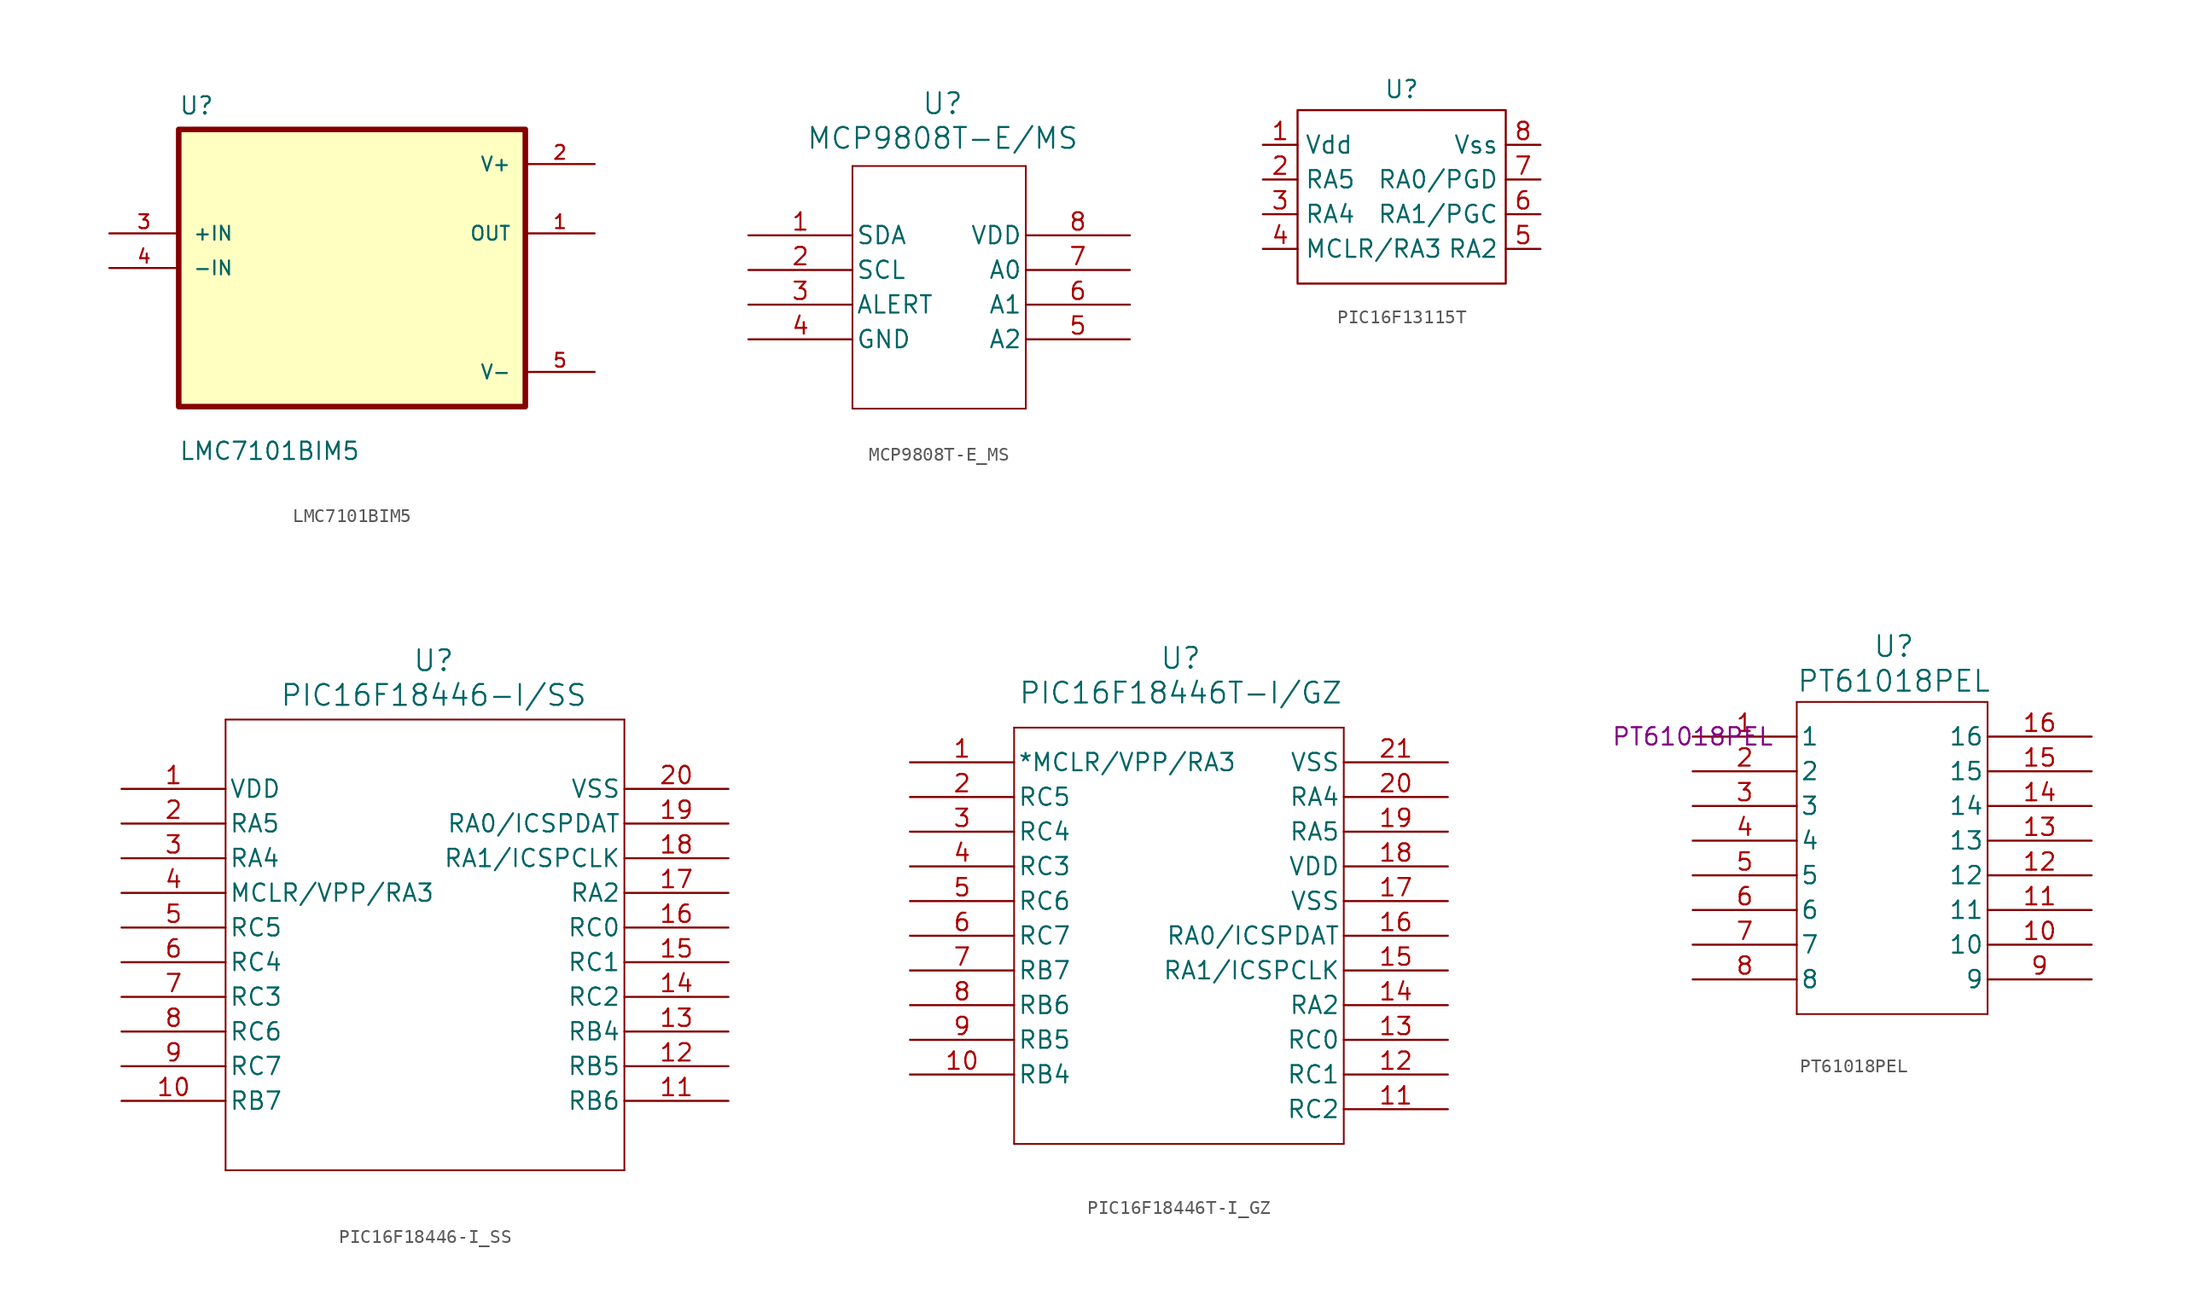
<source format=kicad_sym>
(kicad_symbol_lib
  (version 20241209)
  (generator "kicad_symbol_editor")
  (generator_version "9.0")
  (symbol "LMC7101BIM5"
    (pin_names
      (offset 1.016))
    (property "Reference" "U"
      (at -12.7 11.16 0)
      (effects (font (size 1.27 1.27)) (justify left bottom)))
    (property "Value" "LMC7101BIM5"
      (at -12.7 -14.16 0)
      (effects (font (size 1.27 1.27)) (justify left bottom)))
    (symbol "LMC7101BIM5_0_0"
      (rectangle (start -12.7 10.16) (end 12.7 -10.16) (stroke (width 0.41) (type default)) (fill (type background)))
      (pin input line (at -17.78 2.54 0) (length 5.08) (name "+IN" (effects (font (size 1.016 1.016)))) (number "3" (effects (font (size 1.016 1.016)))))
      (pin input line (at -17.78 0 0) (length 5.08) (name "-IN" (effects (font (size 1.016 1.016)))) (number "4" (effects (font (size 1.016 1.016)))))
      (pin power_in line (at 17.78 7.62 180) (length 5.08) (name "V+" (effects (font (size 1.016 1.016)))) (number "2" (effects (font (size 1.016 1.016)))))
      (pin output line (at 17.78 2.54 180) (length 5.08) (name "OUT" (effects (font (size 1.016 1.016)))) (number "1" (effects (font (size 1.016 1.016)))))
      (pin power_in line (at 17.78 -7.62 180) (length 5.08) (name "V-" (effects (font (size 1.016 1.016)))) (number "5" (effects (font (size 1.016 1.016)))))))
  (symbol "MCP9808T-E_MS"
    (pin_names
      (offset 0.254))
    (property "Reference" "U"
      (at 0.254 13.462 0)
      (effects (font (size 1.524 1.524))))
    (property "Value" "MCP9808T-E/MS"
      (at 0.254 10.922 0)
      (effects (font (size 1.524 1.524))))
    (symbol "MCP9808T-E_MS_1_1"
      (polyline (pts (xy -6.35 8.89) (xy -6.35 -8.89)) (stroke (width 0.127) (type default)) (fill (type none)))
      (polyline (pts (xy -6.35 -8.89) (xy 6.35 -8.89)) (stroke (width 0.127) (type default)) (fill (type none)))
      (polyline (pts (xy 6.35 8.89) (xy -6.35 8.89)) (stroke (width 0.127) (type default)) (fill (type none)))
      (polyline (pts (xy 6.35 -8.89) (xy 6.35 8.89)) (stroke (width 0.127) (type default)) (fill (type none)))
      (pin unspecified line (at -13.97 3.81 0) (length 7.62) (name "SDA" (effects (font (size 1.27 1.27)))) (number "1" (effects (font (size 1.27 1.27)))))
      (pin unspecified line (at -13.97 1.27 0) (length 7.62) (name "SCL" (effects (font (size 1.27 1.27)))) (number "2" (effects (font (size 1.27 1.27)))))
      (pin output line (at -13.97 -1.27 0) (length 7.62) (name "ALERT" (effects (font (size 1.27 1.27)))) (number "3" (effects (font (size 1.27 1.27)))))
      (pin power_in line (at -13.97 -3.81 0) (length 7.62) (name "GND" (effects (font (size 1.27 1.27)))) (number "4" (effects (font (size 1.27 1.27)))))
      (pin power_in line (at 13.97 3.81 180) (length 7.62) (name "VDD" (effects (font (size 1.27 1.27)))) (number "8" (effects (font (size 1.27 1.27)))))
      (pin unspecified line (at 13.97 1.27 180) (length 7.62) (name "A0" (effects (font (size 1.27 1.27)))) (number "7" (effects (font (size 1.27 1.27)))))
      (pin unspecified line (at 13.97 -1.27 180) (length 7.62) (name "A1" (effects (font (size 1.27 1.27)))) (number "6" (effects (font (size 1.27 1.27)))))
      (pin unspecified line (at 13.97 -3.81 180) (length 7.62) (name "A2" (effects (font (size 1.27 1.27)))) (number "5" (effects (font (size 1.27 1.27)))))))
  (symbol "PIC16F13115T"
    (property "Reference" "U"
      (at 0 6.604 0)
      (effects (font (size 1.27 1.27))))
    (property "Value" ""
      (at 0 5.08 0)
      (effects (font (size 1.27 1.27))))
    (symbol "PIC16F13115T_0_1"
      (rectangle (start -7.62 5.08) (end 7.62 -7.62) (stroke (width 0) (type default)) (fill (type none))))
    (symbol "PIC16F13115T_1_1"
      (pin power_in line (at -10.16 2.54 0) (length 2.54) (name "Vdd" (effects (font (size 1.27 1.27)))) (number "1" (effects (font (size 1.27 1.27)))))
      (pin bidirectional line (at -10.16 0 0) (length 2.54) (name "RA5" (effects (font (size 1.27 1.27)))) (number "2" (effects (font (size 1.27 1.27)))))
      (pin bidirectional line (at -10.16 -2.54 0) (length 2.54) (name "RA4" (effects (font (size 1.27 1.27)))) (number "3" (effects (font (size 1.27 1.27)))))
      (pin bidirectional line (at -10.16 -5.08 0) (length 2.54) (name "MCLR/RA3" (effects (font (size 1.27 1.27)))) (number "4" (effects (font (size 1.27 1.27)))))
      (pin power_in line (at 10.16 2.54 180) (length 2.54) (name "Vss" (effects (font (size 1.27 1.27)))) (number "8" (effects (font (size 1.27 1.27)))))
      (pin bidirectional line (at 10.16 0 180) (length 2.54) (name "RA0/PGD" (effects (font (size 1.27 1.27)))) (number "7" (effects (font (size 1.27 1.27)))))
      (pin bidirectional line (at 10.16 -2.54 180) (length 2.54) (name "RA1/PGC" (effects (font (size 1.27 1.27)))) (number "6" (effects (font (size 1.27 1.27)))))
      (pin bidirectional line (at 10.16 -5.08 180) (length 2.54) (name "RA2" (effects (font (size 1.27 1.27)))) (number "5" (effects (font (size 1.27 1.27)))))))
  (symbol "PIC16F18446-I_SS"
    (pin_names
      (offset 0.254))
    (property "Reference" "U"
      (at 0 20.828 0)
      (effects (font (size 1.524 1.524))))
    (property "Value" "PIC16F18446-I/SS"
      (at 0 18.288 0)
      (effects (font (size 1.524 1.524))))
    (symbol "PIC16F18446-I_SS_0_1"
      (polyline (pts (xy -15.24 16.51) (xy -15.24 -16.51)) (stroke (width 0.127) (type default)) (fill (type none)))
      (polyline (pts (xy -15.24 -16.51) (xy 13.97 -16.51)) (stroke (width 0.127) (type default)) (fill (type none)))
      (polyline (pts (xy 13.97 16.51) (xy -15.24 16.51)) (stroke (width 0.127) (type default)) (fill (type none)))
      (polyline (pts (xy 13.97 -16.51) (xy 13.97 16.51)) (stroke (width 0.127) (type default)) (fill (type none)))
      (pin power_in line (at -22.86 11.43 0) (length 7.62) (name "VDD" (effects (font (size 1.27 1.27)))) (number "1" (effects (font (size 1.27 1.27)))))
      (pin bidirectional line (at -22.86 8.89 0) (length 7.62) (name "RA5" (effects (font (size 1.27 1.27)))) (number "2" (effects (font (size 1.27 1.27)))))
      (pin bidirectional line (at -22.86 6.35 0) (length 7.62) (name "RA4" (effects (font (size 1.27 1.27)))) (number "3" (effects (font (size 1.27 1.27)))))
      (pin bidirectional line (at -22.86 3.81 0) (length 7.62) (name "MCLR/VPP/RA3" (effects (font (size 1.27 1.27)))) (number "4" (effects (font (size 1.27 1.27)))))
      (pin bidirectional line (at -22.86 1.27 0) (length 7.62) (name "RC5" (effects (font (size 1.27 1.27)))) (number "5" (effects (font (size 1.27 1.27)))))
      (pin bidirectional line (at -22.86 -1.27 0) (length 7.62) (name "RC4" (effects (font (size 1.27 1.27)))) (number "6" (effects (font (size 1.27 1.27)))))
      (pin bidirectional line (at -22.86 -3.81 0) (length 7.62) (name "RC3" (effects (font (size 1.27 1.27)))) (number "7" (effects (font (size 1.27 1.27)))))
      (pin bidirectional line (at -22.86 -6.35 0) (length 7.62) (name "RC6" (effects (font (size 1.27 1.27)))) (number "8" (effects (font (size 1.27 1.27)))))
      (pin bidirectional line (at -22.86 -8.89 0) (length 7.62) (name "RC7" (effects (font (size 1.27 1.27)))) (number "9" (effects (font (size 1.27 1.27)))))
      (pin bidirectional line (at -22.86 -11.43 0) (length 7.62) (name "RB7" (effects (font (size 1.27 1.27)))) (number "10" (effects (font (size 1.27 1.27)))))
      (pin power_out line (at 21.59 11.43 180) (length 7.62) (name "VSS" (effects (font (size 1.27 1.27)))) (number "20" (effects (font (size 1.27 1.27)))))
      (pin bidirectional line (at 21.59 8.89 180) (length 7.62) (name "RA0/ICSPDAT" (effects (font (size 1.27 1.27)))) (number "19" (effects (font (size 1.27 1.27)))))
      (pin bidirectional line (at 21.59 6.35 180) (length 7.62) (name "RA1/ICSPCLK" (effects (font (size 1.27 1.27)))) (number "18" (effects (font (size 1.27 1.27)))))
      (pin bidirectional line (at 21.59 3.81 180) (length 7.62) (name "RA2" (effects (font (size 1.27 1.27)))) (number "17" (effects (font (size 1.27 1.27)))))
      (pin bidirectional line (at 21.59 1.27 180) (length 7.62) (name "RC0" (effects (font (size 1.27 1.27)))) (number "16" (effects (font (size 1.27 1.27)))))
      (pin bidirectional line (at 21.59 -1.27 180) (length 7.62) (name "RC1" (effects (font (size 1.27 1.27)))) (number "15" (effects (font (size 1.27 1.27)))))
      (pin bidirectional line (at 21.59 -3.81 180) (length 7.62) (name "RC2" (effects (font (size 1.27 1.27)))) (number "14" (effects (font (size 1.27 1.27)))))
      (pin bidirectional line (at 21.59 -6.35 180) (length 7.62) (name "RB4" (effects (font (size 1.27 1.27)))) (number "13" (effects (font (size 1.27 1.27)))))
      (pin bidirectional line (at 21.59 -8.89 180) (length 7.62) (name "RB5" (effects (font (size 1.27 1.27)))) (number "12" (effects (font (size 1.27 1.27)))))
      (pin bidirectional line (at 21.59 -11.43 180) (length 7.62) (name "RB6" (effects (font (size 1.27 1.27)))) (number "11" (effects (font (size 1.27 1.27)))))))
  (symbol "PIC16F18446T-I_GZ"
    (pin_names
      (offset 0.254))
    (property "Reference" "U"
      (at 19.812 7.62 0)
      (effects (font (size 1.524 1.524))))
    (property "Value" "PIC16F18446T-I/GZ"
      (at 19.812 5.08 0)
      (effects (font (size 1.524 1.524))))
    (symbol "PIC16F18446T-I_GZ_0_1"
      (polyline (pts (xy 7.62 2.54) (xy 7.62 -27.94)) (stroke (width 0.127) (type default)) (fill (type none)))
      (polyline (pts (xy 7.62 -27.94) (xy 31.75 -27.94)) (stroke (width 0.127) (type default)) (fill (type none)))
      (polyline (pts (xy 31.75 2.54) (xy 7.62 2.54)) (stroke (width 0.127) (type default)) (fill (type none)))
      (polyline (pts (xy 31.75 -27.94) (xy 31.75 2.54)) (stroke (width 0.127) (type default)) (fill (type none)))
      (pin bidirectional line (at 0 0 0) (length 7.62) (name "*MCLR/VPP/RA3" (effects (font (size 1.27 1.27)))) (number "1" (effects (font (size 1.27 1.27)))))
      (pin bidirectional line (at 0 -2.54 0) (length 7.62) (name "RC5" (effects (font (size 1.27 1.27)))) (number "2" (effects (font (size 1.27 1.27)))))
      (pin bidirectional line (at 0 -5.08 0) (length 7.62) (name "RC4" (effects (font (size 1.27 1.27)))) (number "3" (effects (font (size 1.27 1.27)))))
      (pin bidirectional line (at 0 -7.62 0) (length 7.62) (name "RC3" (effects (font (size 1.27 1.27)))) (number "4" (effects (font (size 1.27 1.27)))))
      (pin bidirectional line (at 0 -10.16 0) (length 7.62) (name "RC6" (effects (font (size 1.27 1.27)))) (number "5" (effects (font (size 1.27 1.27)))))
      (pin bidirectional line (at 0 -12.7 0) (length 7.62) (name "RC7" (effects (font (size 1.27 1.27)))) (number "6" (effects (font (size 1.27 1.27)))))
      (pin bidirectional line (at 0 -15.24 0) (length 7.62) (name "RB7" (effects (font (size 1.27 1.27)))) (number "7" (effects (font (size 1.27 1.27)))))
      (pin bidirectional line (at 0 -17.78 0) (length 7.62) (name "RB6" (effects (font (size 1.27 1.27)))) (number "8" (effects (font (size 1.27 1.27)))))
      (pin bidirectional line (at 0 -20.32 0) (length 7.62) (name "RB5" (effects (font (size 1.27 1.27)))) (number "9" (effects (font (size 1.27 1.27)))))
      (pin bidirectional line (at 0 -22.86 0) (length 7.62) (name "RB4" (effects (font (size 1.27 1.27)))) (number "10" (effects (font (size 1.27 1.27)))))
      (pin power_out line (at 39.37 0 180) (length 7.62) (name "VSS" (effects (font (size 1.27 1.27)))) (number "21" (effects (font (size 1.27 1.27)))))
      (pin bidirectional line (at 39.37 -2.54 180) (length 7.62) (name "RA4" (effects (font (size 1.27 1.27)))) (number "20" (effects (font (size 1.27 1.27)))))
      (pin bidirectional line (at 39.37 -5.08 180) (length 7.62) (name "RA5" (effects (font (size 1.27 1.27)))) (number "19" (effects (font (size 1.27 1.27)))))
      (pin power_in line (at 39.37 -7.62 180) (length 7.62) (name "VDD" (effects (font (size 1.27 1.27)))) (number "18" (effects (font (size 1.27 1.27)))))
      (pin power_out line (at 39.37 -10.16 180) (length 7.62) (name "VSS" (effects (font (size 1.27 1.27)))) (number "17" (effects (font (size 1.27 1.27)))))
      (pin bidirectional line (at 39.37 -12.7 180) (length 7.62) (name "RA0/ICSPDAT" (effects (font (size 1.27 1.27)))) (number "16" (effects (font (size 1.27 1.27)))))
      (pin bidirectional line (at 39.37 -15.24 180) (length 7.62) (name "RA1/ICSPCLK" (effects (font (size 1.27 1.27)))) (number "15" (effects (font (size 1.27 1.27)))))
      (pin bidirectional line (at 39.37 -17.78 180) (length 7.62) (name "RA2" (effects (font (size 1.27 1.27)))) (number "14" (effects (font (size 1.27 1.27)))))
      (pin bidirectional line (at 39.37 -20.32 180) (length 7.62) (name "RC0" (effects (font (size 1.27 1.27)))) (number "13" (effects (font (size 1.27 1.27)))))
      (pin bidirectional line (at 39.37 -22.86 180) (length 7.62) (name "RC1" (effects (font (size 1.27 1.27)))) (number "12" (effects (font (size 1.27 1.27)))))
      (pin bidirectional line (at 39.37 -25.4 180) (length 7.62) (name "RC2" (effects (font (size 1.27 1.27)))) (number "11" (effects (font (size 1.27 1.27)))))))
  (symbol "PT61018PEL"
    (pin_names
      (offset 0.254))
    (property "Reference" "U"
      (at 14.732 6.604 0)
      (effects (font (size 1.524 1.524))))
    (property "Value" "PT61018PEL"
      (at 14.732 4.064 0)
      (effects (font (size 1.524 1.524))))
    (property "ManufacturerPartNumber" "PT61018PEL"
      (at 0 0 0)
      (effects (font (size 1.27 1.27))))
    (symbol "PT61018PEL_1_1"
      (polyline (pts (xy 7.62 2.54) (xy 7.62 -20.32)) (stroke (width 0.127) (type default)) (fill (type none)))
      (polyline (pts (xy 7.62 -20.32) (xy 21.59 -20.32)) (stroke (width 0.127) (type default)) (fill (type none)))
      (polyline (pts (xy 21.59 2.54) (xy 7.62 2.54)) (stroke (width 0.127) (type default)) (fill (type none)))
      (polyline (pts (xy 21.59 -20.32) (xy 21.59 2.54)) (stroke (width 0.127) (type default)) (fill (type none)))
      (pin unspecified line (at 0 0 0) (length 7.62) (name "1" (effects (font (size 1.27 1.27)))) (number "1" (effects (font (size 1.27 1.27)))))
      (pin unspecified line (at 0 -2.54 0) (length 7.62) (name "2" (effects (font (size 1.27 1.27)))) (number "2" (effects (font (size 1.27 1.27)))))
      (pin unspecified line (at 0 -5.08 0) (length 7.62) (name "3" (effects (font (size 1.27 1.27)))) (number "3" (effects (font (size 1.27 1.27)))))
      (pin unspecified line (at 0 -7.62 0) (length 7.62) (name "4" (effects (font (size 1.27 1.27)))) (number "4" (effects (font (size 1.27 1.27)))))
      (pin unspecified line (at 0 -10.16 0) (length 7.62) (name "5" (effects (font (size 1.27 1.27)))) (number "5" (effects (font (size 1.27 1.27)))))
      (pin unspecified line (at 0 -12.7 0) (length 7.62) (name "6" (effects (font (size 1.27 1.27)))) (number "6" (effects (font (size 1.27 1.27)))))
      (pin unspecified line (at 0 -15.24 0) (length 7.62) (name "7" (effects (font (size 1.27 1.27)))) (number "7" (effects (font (size 1.27 1.27)))))
      (pin unspecified line (at 0 -17.78 0) (length 7.62) (name "8" (effects (font (size 1.27 1.27)))) (number "8" (effects (font (size 1.27 1.27)))))
      (pin unspecified line (at 29.21 0 180) (length 7.62) (name "16" (effects (font (size 1.27 1.27)))) (number "16" (effects (font (size 1.27 1.27)))))
      (pin unspecified line (at 29.21 -2.54 180) (length 7.62) (name "15" (effects (font (size 1.27 1.27)))) (number "15" (effects (font (size 1.27 1.27)))))
      (pin unspecified line (at 29.21 -5.08 180) (length 7.62) (name "14" (effects (font (size 1.27 1.27)))) (number "14" (effects (font (size 1.27 1.27)))))
      (pin unspecified line (at 29.21 -7.62 180) (length 7.62) (name "13" (effects (font (size 1.27 1.27)))) (number "13" (effects (font (size 1.27 1.27)))))
      (pin unspecified line (at 29.21 -10.16 180) (length 7.62) (name "12" (effects (font (size 1.27 1.27)))) (number "12" (effects (font (size 1.27 1.27)))))
      (pin unspecified line (at 29.21 -12.7 180) (length 7.62) (name "11" (effects (font (size 1.27 1.27)))) (number "11" (effects (font (size 1.27 1.27)))))
      (pin unspecified line (at 29.21 -15.24 180) (length 7.62) (name "10" (effects (font (size 1.27 1.27)))) (number "10" (effects (font (size 1.27 1.27)))))
      (pin unspecified line (at 29.21 -17.78 180) (length 7.62) (name "9" (effects (font (size 1.27 1.27)))) (number "9" (effects (font (size 1.27 1.27))))))))
</source>
